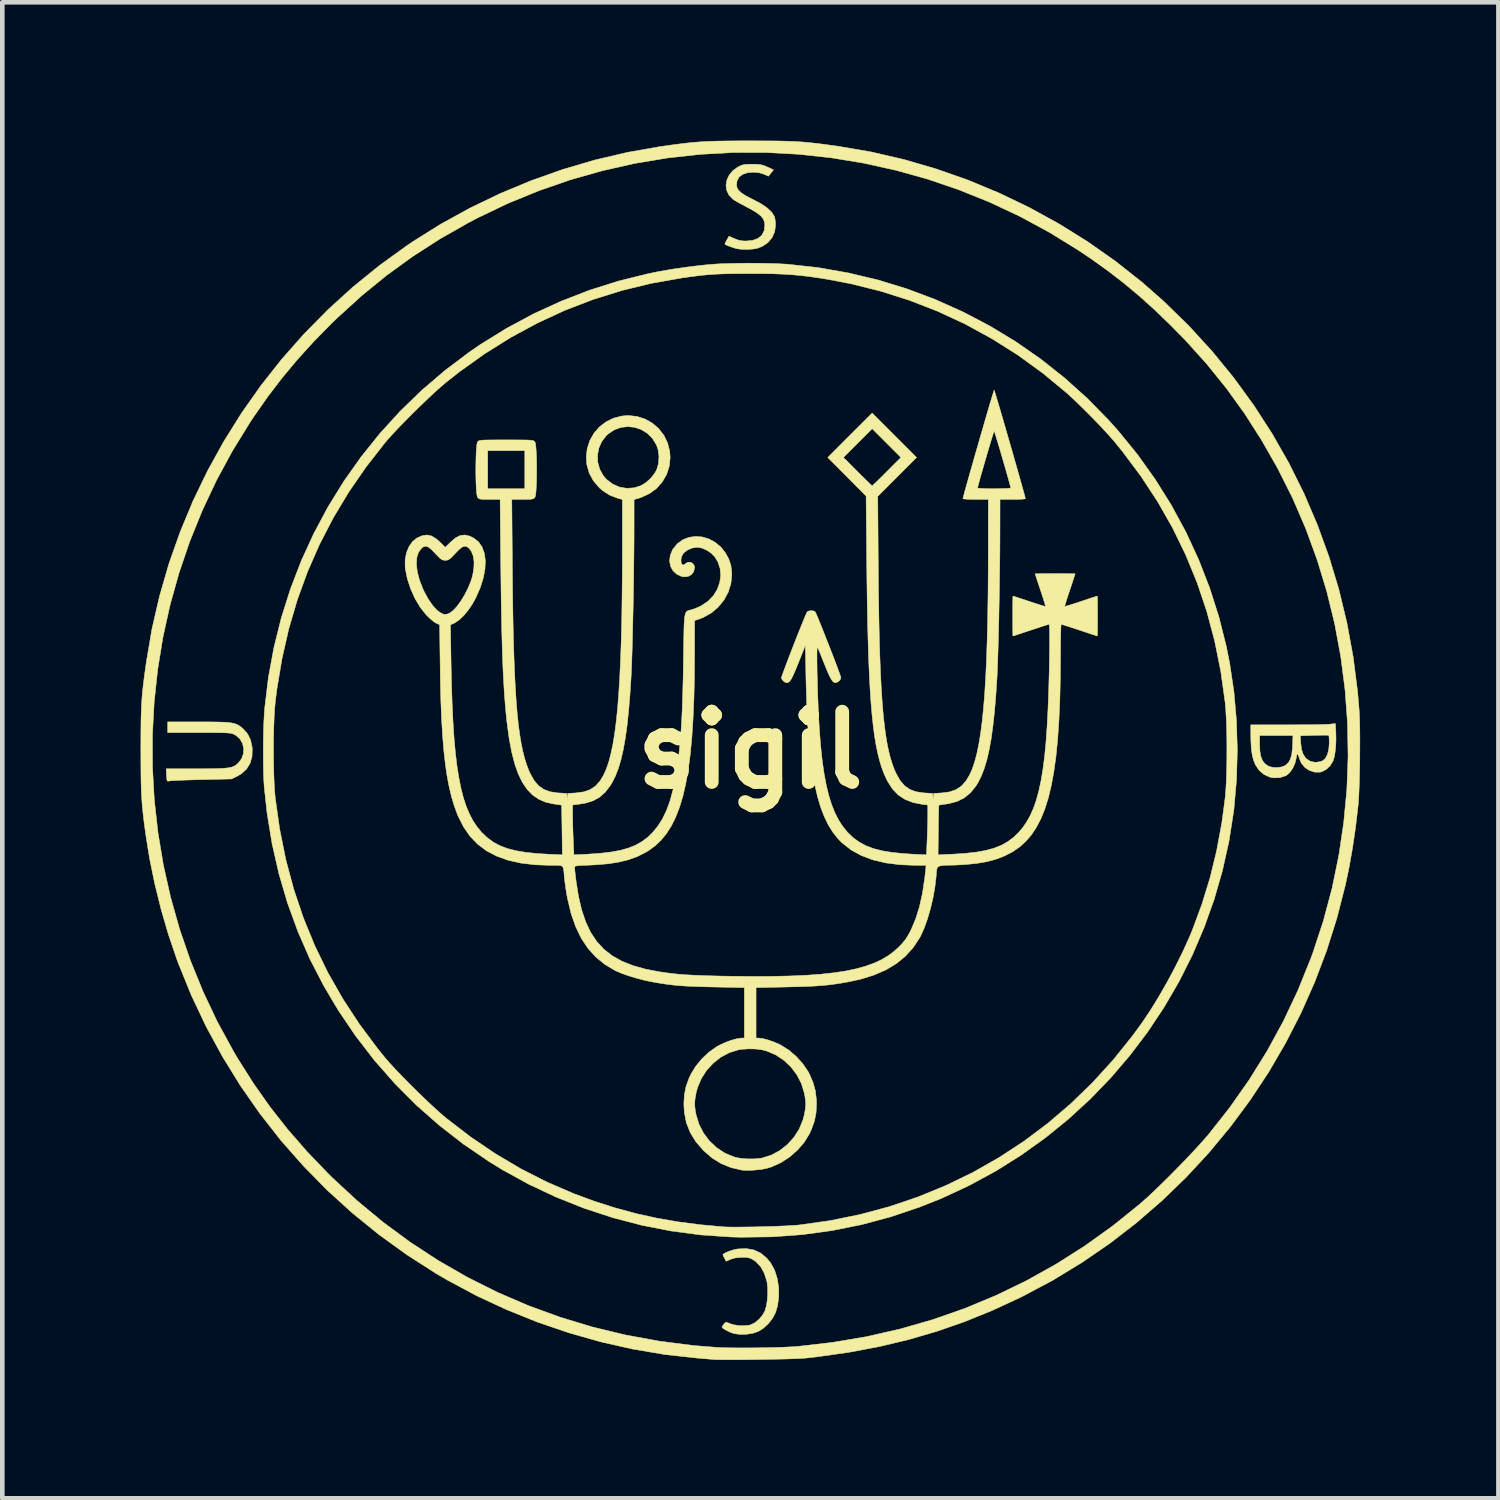
<source format=kicad_pcb>
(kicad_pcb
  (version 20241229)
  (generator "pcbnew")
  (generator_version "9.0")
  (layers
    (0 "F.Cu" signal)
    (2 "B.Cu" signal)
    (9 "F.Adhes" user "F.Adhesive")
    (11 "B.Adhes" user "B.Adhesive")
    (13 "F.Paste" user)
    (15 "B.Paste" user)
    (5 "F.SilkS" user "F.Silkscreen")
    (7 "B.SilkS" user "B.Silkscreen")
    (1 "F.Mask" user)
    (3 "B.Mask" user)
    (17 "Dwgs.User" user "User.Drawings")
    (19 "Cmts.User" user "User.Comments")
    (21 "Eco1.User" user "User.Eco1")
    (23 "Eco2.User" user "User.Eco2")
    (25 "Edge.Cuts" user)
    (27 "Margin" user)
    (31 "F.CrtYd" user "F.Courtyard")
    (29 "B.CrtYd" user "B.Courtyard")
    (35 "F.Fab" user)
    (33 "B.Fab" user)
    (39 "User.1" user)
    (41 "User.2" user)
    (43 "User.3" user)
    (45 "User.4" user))
  (footprint "sigil"
    (layer "F.Cu")
    (at 13.223 13.223)
    (property "Reference" "sigil" (at 0 0 0) (layer "F.SilkS") (effects (font (size 1.524 1.524) (thickness 0.3))))
    (attr through_hole)
    (fp_poly (pts (xy -11.757 -0.614) (xy -11.589 -0.612) (xy -11.454 -0.609) (xy -11.346 -0.603) (xy -11.261 -0.593) (xy -11.194 -0.58) (xy -11.139 -0.561) (xy -11.093 -0.537) (xy -11.05 -0.507) (xy -11.005 -0.469) (xy -11 -0.465) (xy -10.903 -0.356) (xy -10.839 -0.226) (xy -10.805 -0.071) (xy -10.801 -0.031) (xy -10.806 0.137) (xy -10.848 0.284) (xy -10.925 0.409) (xy -11.038 0.512) (xy -11.129 0.565) (xy -11.25 0.624) (xy -11.896 0.639) (xy -12.059 0.643) (xy -12.212 0.647) (xy -12.346 0.652) (xy -12.458 0.657) (xy -12.541 0.661) (xy -12.59 0.666) (xy -12.598 0.667) (xy -12.628 0.673) (xy -12.645 0.666) (xy -12.654 0.638) (xy -12.659 0.58) (xy -12.661 0.542) (xy -12.668 0.402) (xy -12.009 0.402) (xy -11.806 0.402) (xy -11.64 0.4) (xy -11.507 0.397) (xy -11.402 0.391) (xy -11.32 0.382) (xy -11.256 0.369) (xy -11.206 0.352) (xy -11.165 0.329) (xy -11.129 0.301) (xy -11.105 0.28) (xy -11.033 0.186) (xy -10.994 0.078) (xy -10.987 -0.035) (xy -11.012 -0.144) (xy -11.066 -0.241) (xy -11.15 -0.318) (xy -11.175 -0.332) (xy -11.202 -0.346) (xy -11.228 -0.356) (xy -11.259 -0.365) (xy -11.3 -0.371) (xy -11.355 -0.375) (xy -11.429 -0.378) (xy -11.528 -0.38) (xy -11.657 -0.381) (xy -11.819 -0.381) (xy -11.952 -0.381) (xy -12.636 -0.381) (xy -12.636 -0.614) (xy -11.963 -0.614) (xy -11.757 -0.614)) (stroke (width 0.01) (type solid)) (fill yes) (layer "F.SilkS"))
    (fp_poly (pts (xy 0.079 10.84) (xy 0.226 10.908) (xy 0.356 11.015) (xy 0.448 11.128) (xy 0.531 11.282) (xy 0.587 11.461) (xy 0.618 11.655) (xy 0.62 11.854) (xy 0.594 12.049) (xy 0.55 12.199) (xy 0.487 12.321) (xy 0.394 12.439) (xy 0.284 12.54) (xy 0.18 12.606) (xy 0.065 12.646) (xy -0.072 12.669) (xy -0.213 12.673) (xy -0.34 12.657) (xy -0.361 12.651) (xy -0.427 12.628) (xy -0.496 12.596) (xy -0.558 12.562) (xy -0.6 12.532) (xy -0.613 12.513) (xy -0.6 12.488) (xy -0.571 12.449) (xy -0.57 12.448) (xy -0.541 12.416) (xy -0.516 12.408) (xy -0.478 12.421) (xy -0.449 12.435) (xy -0.361 12.463) (xy -0.25 12.48) (xy -0.134 12.484) (xy -0.03 12.474) (xy -0.003 12.468) (xy 0.096 12.423) (xy 0.191 12.346) (xy 0.272 12.248) (xy 0.318 12.165) (xy 0.348 12.067) (xy 0.369 11.942) (xy 0.379 11.804) (xy 0.378 11.667) (xy 0.366 11.545) (xy 0.36 11.518) (xy 0.306 11.346) (xy 0.227 11.204) (xy 0.125 11.095) (xy 0.064 11.053) (xy 0.004 11.022) (xy -0.054 11.005) (xy -0.127 11) (xy -0.181 11) (xy -0.331 11.014) (xy -0.427 11.044) (xy -0.522 11.086) (xy -0.561 11.014) (xy -0.584 10.967) (xy -0.592 10.938) (xy -0.591 10.935) (xy -0.541 10.904) (xy -0.464 10.871) (xy -0.374 10.841) (xy -0.287 10.821) (xy -0.271 10.819) (xy -0.087 10.81) (xy 0.079 10.84)) (stroke (width 0.01) (type solid)) (fill yes) (layer "F.SilkS"))
    (fp_poly (pts (xy 0.144 -12.709) (xy 0.219 -12.702) (xy 0.281 -12.688) (xy 0.345 -12.663) (xy 0.375 -12.65) (xy 0.506 -12.589) (xy 0.396 -12.451) (xy 0.299 -12.494) (xy 0.187 -12.527) (xy 0.061 -12.538) (xy -0.061 -12.526) (xy -0.16 -12.493) (xy -0.24 -12.434) (xy -0.285 -12.354) (xy -0.296 -12.267) (xy -0.287 -12.205) (xy -0.255 -12.148) (xy -0.196 -12.092) (xy -0.107 -12.033) (xy 0.017 -11.967) (xy 0.055 -11.949) (xy 0.229 -11.857) (xy 0.366 -11.764) (xy 0.464 -11.673) (xy 0.521 -11.585) (xy 0.522 -11.584) (xy 0.538 -11.524) (xy 0.548 -11.444) (xy 0.55 -11.393) (xy 0.531 -11.247) (xy 0.474 -11.118) (xy 0.384 -11.011) (xy 0.263 -10.929) (xy 0.162 -10.89) (xy 0.062 -10.871) (xy -0.059 -10.862) (xy -0.182 -10.864) (xy -0.287 -10.878) (xy -0.292 -10.879) (xy -0.356 -10.897) (xy -0.425 -10.921) (xy -0.489 -10.945) (xy -0.534 -10.966) (xy -0.55 -10.979) (xy -0.541 -11.003) (xy -0.517 -11.049) (xy -0.505 -11.07) (xy -0.461 -11.15) (xy -0.346 -11.098) (xy -0.252 -11.063) (xy -0.154 -11.047) (xy -0.087 -11.045) (xy 0.057 -11.06) (xy 0.17 -11.102) (xy 0.252 -11.171) (xy 0.302 -11.266) (xy 0.317 -11.382) (xy 0.31 -11.457) (xy 0.284 -11.523) (xy 0.235 -11.585) (xy 0.159 -11.647) (xy 0.052 -11.714) (xy -0.068 -11.778) (xy -0.166 -11.83) (xy -0.257 -11.88) (xy -0.331 -11.923) (xy -0.376 -11.952) (xy -0.46 -12.039) (xy -0.509 -12.141) (xy -0.525 -12.252) (xy -0.507 -12.365) (xy -0.457 -12.473) (xy -0.377 -12.571) (xy -0.275 -12.645) (xy -0.216 -12.676) (xy -0.166 -12.695) (xy -0.111 -12.706) (xy -0.038 -12.71) (xy 0.042 -12.711) (xy 0.144 -12.709)) (stroke (width 0.01) (type solid)) (fill yes) (layer "F.SilkS"))
    (fp_poly (pts (xy 12.704 -0.389) (xy 12.707 -0.236) (xy 12.701 -0.085) (xy 12.686 0.053) (xy 12.664 0.169) (xy 12.64 0.24) (xy 12.581 0.336) (xy 12.499 0.414) (xy 12.407 0.464) (xy 12.365 0.476) (xy 12.245 0.476) (xy 12.13 0.439) (xy 12.03 0.372) (xy 11.954 0.278) (xy 11.916 0.19) (xy 11.892 0.116) (xy 11.874 0.084) (xy 11.86 0.092) (xy 11.849 0.142) (xy 11.844 0.176) (xy 11.817 0.285) (xy 11.769 0.391) (xy 11.706 0.482) (xy 11.635 0.545) (xy 11.62 0.553) (xy 11.49 0.596) (xy 11.352 0.6) (xy 11.276 0.585) (xy 11.145 0.527) (xy 11.038 0.435) (xy 10.957 0.313) (xy 10.918 0.216) (xy 10.889 0.103) (xy 10.87 -0.034) (xy 10.861 -0.201) (xy 10.859 -0.318) (xy 11.049 -0.318) (xy 11.05 -0.143) (xy 11.056 0.012) (xy 11.075 0.131) (xy 11.11 0.222) (xy 11.163 0.291) (xy 11.236 0.343) (xy 11.241 0.345) (xy 11.324 0.371) (xy 11.423 0.377) (xy 11.522 0.364) (xy 11.603 0.334) (xy 11.615 0.325) (xy 11.676 0.267) (xy 11.719 0.191) (xy 11.747 0.089) (xy 11.762 -0.044) (xy 11.765 -0.101) (xy 11.773 -0.313) (xy 11.932 -0.313) (xy 11.943 -0.149) (xy 11.961 -0.015) (xy 11.994 0.087) (xy 12.046 0.167) (xy 12.07 0.19) (xy 12.156 0.244) (xy 12.259 0.263) (xy 12.367 0.249) (xy 12.419 0.228) (xy 12.477 0.178) (xy 12.521 0.094) (xy 12.55 -0.016) (xy 12.56 -0.145) (xy 12.56 -0.153) (xy 12.559 -0.232) (xy 12.556 -0.291) (xy 12.551 -0.322) (xy 12.55 -0.323) (xy 12.527 -0.325) (xy 12.469 -0.326) (xy 12.385 -0.325) (xy 12.281 -0.323) (xy 12.237 -0.322) (xy 11.932 -0.313) (xy 11.773 -0.313) (xy 11.773 -0.318) (xy 11.049 -0.318) (xy 10.859 -0.318) (xy 10.859 -0.323) (xy 10.858 -0.55) (xy 11.649 -0.55) (xy 11.834 -0.551) (xy 12.01 -0.552) (xy 12.173 -0.553) (xy 12.315 -0.555) (xy 12.433 -0.558) (xy 12.519 -0.561) (xy 12.567 -0.564) (xy 12.694 -0.577) (xy 12.704 -0.389)) (stroke (width 0.01) (type solid)) (fill yes) (layer "F.SilkS"))
    (fp_poly (pts (xy 0.189 -10.563) (xy 0.404 -10.559) (xy 0.601 -10.553) (xy 0.769 -10.544) (xy 0.815 -10.541) (xy 1.477 -10.468) (xy 2.131 -10.353) (xy 2.773 -10.2) (xy 3.402 -10.007) (xy 4.017 -9.776) (xy 4.615 -9.508) (xy 5.196 -9.203) (xy 5.757 -8.864) (xy 6.296 -8.489) (xy 6.812 -8.081) (xy 7.304 -7.64) (xy 7.768 -7.167) (xy 7.979 -6.932) (xy 8.399 -6.417) (xy 8.784 -5.878) (xy 9.135 -5.316) (xy 9.45 -4.734) (xy 9.728 -4.133) (xy 9.968 -3.516) (xy 10.169 -2.885) (xy 10.33 -2.242) (xy 10.401 -1.884) (xy 10.493 -1.267) (xy 10.548 -0.636) (xy 10.567 0.002) (xy 10.549 0.639) (xy 10.494 1.268) (xy 10.487 1.323) (xy 10.386 1.974) (xy 10.244 2.612) (xy 10.064 3.237) (xy 9.846 3.847) (xy 9.593 4.44) (xy 9.304 5.015) (xy 8.981 5.571) (xy 8.626 6.105) (xy 8.239 6.617) (xy 7.822 7.105) (xy 7.376 7.567) (xy 6.902 8.002) (xy 6.401 8.409) (xy 5.874 8.786) (xy 5.324 9.131) (xy 4.75 9.442) (xy 4.154 9.72) (xy 3.671 9.912) (xy 3.048 10.122) (xy 2.419 10.291) (xy 1.782 10.419) (xy 1.135 10.508) (xy 0.476 10.556) (xy -0.196 10.565) (xy -0.423 10.559) (xy -1.069 10.515) (xy -1.712 10.43) (xy -2.351 10.305) (xy -2.982 10.14) (xy -3.603 9.936) (xy -4.211 9.694) (xy -4.802 9.416) (xy -5.375 9.101) (xy -5.66 8.926) (xy -6.217 8.547) (xy -6.745 8.137) (xy -7.244 7.697) (xy -7.713 7.226) (xy -8.152 6.726) (xy -8.56 6.197) (xy -8.937 5.639) (xy -9.249 5.114) (xy -9.55 4.532) (xy -9.812 3.931) (xy -10.037 3.313) (xy -10.224 2.677) (xy -10.372 2.025) (xy -10.481 1.358) (xy -10.541 0.804) (xy -10.551 0.654) (xy -10.558 0.47) (xy -10.561 0.263) (xy -10.563 0.042) (xy -10.562 -0.028) (xy -10.341 -0.028) (xy -10.339 0.212) (xy -10.335 0.445) (xy -10.328 0.662) (xy -10.318 0.855) (xy -10.304 1.016) (xy -10.302 1.037) (xy -10.206 1.715) (xy -10.073 2.374) (xy -9.902 3.013) (xy -9.693 3.634) (xy -9.446 4.238) (xy -9.161 4.824) (xy -8.836 5.394) (xy -8.473 5.948) (xy -8.07 6.487) (xy -7.915 6.678) (xy -7.82 6.787) (xy -7.7 6.918) (xy -7.56 7.064) (xy -7.407 7.22) (xy -7.247 7.379) (xy -7.086 7.536) (xy -6.93 7.683) (xy -6.786 7.816) (xy -6.66 7.927) (xy -6.593 7.983) (xy -6.066 8.388) (xy -5.529 8.752) (xy -4.978 9.078) (xy -4.412 9.366) (xy -3.829 9.618) (xy -3.374 9.786) (xy -2.925 9.929) (xy -2.479 10.05) (xy -2.027 10.15) (xy -1.561 10.231) (xy -1.071 10.294) (xy -0.603 10.337) (xy -0.517 10.342) (xy -0.396 10.344) (xy -0.247 10.344) (xy -0.078 10.342) (xy 0.104 10.34) (xy 0.29 10.335) (xy 0.475 10.33) (xy 0.651 10.323) (xy 0.809 10.316) (xy 0.943 10.308) (xy 1.046 10.3) (xy 1.058 10.299) (xy 1.727 10.205) (xy 2.381 10.072) (xy 3.02 9.9) (xy 3.641 9.69) (xy 4.245 9.442) (xy 4.83 9.158) (xy 5.395 8.837) (xy 5.938 8.482) (xy 6.459 8.091) (xy 6.956 7.666) (xy 7.428 7.208) (xy 7.875 6.717) (xy 8.294 6.194) (xy 8.506 5.904) (xy 8.686 5.634) (xy 8.87 5.334) (xy 9.052 5.016) (xy 9.226 4.689) (xy 9.386 4.366) (xy 9.526 4.057) (xy 9.585 3.916) (xy 9.798 3.341) (xy 9.975 2.765) (xy 10.118 2.179) (xy 10.23 1.577) (xy 10.302 1.037) (xy 10.316 0.878) (xy 10.327 0.685) (xy 10.334 0.467) (xy 10.339 0.232) (xy 10.34 -0.011) (xy 10.339 -0.253) (xy 10.334 -0.487) (xy 10.326 -0.703) (xy 10.315 -0.893) (xy 10.302 -1.037) (xy 10.207 -1.714) (xy 10.074 -2.372) (xy 9.904 -3.01) (xy 9.695 -3.631) (xy 9.448 -4.234) (xy 9.163 -4.82) (xy 8.839 -5.389) (xy 8.475 -5.944) (xy 8.072 -6.483) (xy 7.887 -6.71) (xy 7.795 -6.815) (xy 7.68 -6.941) (xy 7.547 -7.082) (xy 7.404 -7.229) (xy 7.257 -7.377) (xy 7.115 -7.516) (xy 6.984 -7.642) (xy 6.871 -7.745) (xy 6.858 -7.756) (xy 6.341 -8.183) (xy 5.803 -8.573) (xy 5.245 -8.925) (xy 4.668 -9.241) (xy 4.073 -9.518) (xy 3.461 -9.756) (xy 2.832 -9.956) (xy 2.187 -10.117) (xy 1.703 -10.21) (xy 1.481 -10.246) (xy 1.28 -10.275) (xy 1.089 -10.297) (xy 0.901 -10.314) (xy 0.707 -10.326) (xy 0.497 -10.334) (xy 0.262 -10.338) (xy 0 -10.339) (xy -0.231 -10.338) (xy -0.428 -10.336) (xy -0.6 -10.332) (xy -0.755 -10.325) (xy -0.901 -10.315) (xy -1.049 -10.301) (xy -1.204 -10.282) (xy -1.377 -10.259) (xy -1.49 -10.243) (xy -2.143 -10.127) (xy -2.782 -9.972) (xy -3.407 -9.777) (xy -4.018 -9.542) (xy -4.613 -9.267) (xy -5.193 -8.954) (xy -5.757 -8.601) (xy -6.305 -8.21) (xy -6.593 -7.983) (xy -6.706 -7.887) (xy -6.84 -7.767) (xy -6.989 -7.628) (xy -7.147 -7.477) (xy -7.308 -7.319) (xy -7.465 -7.161) (xy -7.613 -7.009) (xy -7.746 -6.869) (xy -7.857 -6.746) (xy -7.915 -6.678) (xy -8.331 -6.146) (xy -8.707 -5.601) (xy -9.043 -5.041) (xy -9.341 -4.466) (xy -9.601 -3.874) (xy -9.823 -3.264) (xy -10.008 -2.635) (xy -10.156 -1.986) (xy -10.268 -1.316) (xy -10.302 -1.048) (xy -10.315 -0.895) (xy -10.326 -0.709) (xy -10.334 -0.497) (xy -10.339 -0.267) (xy -10.341 -0.028) (xy -10.562 -0.028) (xy -10.561 -0.184) (xy -10.557 -0.405) (xy -10.55 -0.612) (xy -10.54 -0.796) (xy -10.531 -0.914) (xy -10.451 -1.578) (xy -10.331 -2.231) (xy -10.171 -2.872) (xy -9.973 -3.498) (xy -9.738 -4.108) (xy -9.466 -4.701) (xy -9.159 -5.276) (xy -8.817 -5.83) (xy -8.441 -6.362) (xy -8.033 -6.87) (xy -7.593 -7.353) (xy -7.121 -7.81) (xy -6.62 -8.238) (xy -6.09 -8.637) (xy -5.853 -8.8) (xy -5.289 -9.149) (xy -4.705 -9.463) (xy -4.103 -9.739) (xy -3.486 -9.978) (xy -2.857 -10.177) (xy -2.218 -10.335) (xy -2 -10.38) (xy -1.691 -10.434) (xy -1.365 -10.481) (xy -1.042 -10.52) (xy -0.815 -10.541) (xy -0.658 -10.551) (xy -0.469 -10.557) (xy -0.258 -10.562) (xy -0.036 -10.564) (xy 0.189 -10.563)) (stroke (width 0.01) (type solid)) (fill yes) (layer "F.SilkS"))
    (fp_poly (pts (xy 0.253 -13.217) (xy 0.471 -13.216) (xy 0.66 -13.214) (xy 0.827 -13.209) (xy 0.978 -13.203) (xy 1.121 -13.194) (xy 1.262 -13.182) (xy 1.408 -13.166) (xy 1.565 -13.147) (xy 1.741 -13.123) (xy 1.905 -13.101) (xy 2.622 -12.978) (xy 3.332 -12.814) (xy 4.032 -12.61) (xy 4.722 -12.368) (xy 5.398 -12.087) (xy 6.058 -11.77) (xy 6.7 -11.417) (xy 7.321 -11.03) (xy 7.921 -10.608) (xy 8.495 -10.155) (xy 8.975 -9.733) (xy 9.514 -9.206) (xy 10.018 -8.655) (xy 10.489 -8.079) (xy 10.924 -7.481) (xy 11.324 -6.862) (xy 11.688 -6.223) (xy 12.015 -5.564) (xy 12.304 -4.888) (xy 12.556 -4.194) (xy 12.77 -3.485) (xy 12.944 -2.762) (xy 13.079 -2.025) (xy 13.175 -1.276) (xy 13.21 -0.859) (xy 13.216 -0.733) (xy 13.221 -0.575) (xy 13.224 -0.391) (xy 13.225 -0.189) (xy 13.224 0.024) (xy 13.223 0.241) (xy 13.219 0.454) (xy 13.214 0.658) (xy 13.208 0.844) (xy 13.201 1.006) (xy 13.193 1.136) (xy 13.188 1.185) (xy 13.133 1.663) (xy 13.067 2.112) (xy 12.991 2.543) (xy 12.91 2.926) (xy 12.726 3.644) (xy 12.504 4.347) (xy 12.244 5.033) (xy 11.947 5.702) (xy 11.614 6.352) (xy 11.247 6.982) (xy 10.846 7.589) (xy 10.413 8.173) (xy 9.949 8.733) (xy 9.455 9.266) (xy 8.932 9.772) (xy 8.381 10.249) (xy 7.803 10.696) (xy 7.199 11.111) (xy 6.571 11.494) (xy 5.919 11.841) (xy 5.853 11.874) (xy 5.253 12.152) (xy 4.652 12.396) (xy 4.046 12.607) (xy 3.429 12.787) (xy 2.795 12.938) (xy 2.14 13.061) (xy 1.457 13.158) (xy 1.185 13.188) (xy 1.121 13.193) (xy 1.021 13.198) (xy 0.891 13.202) (xy 0.738 13.207) (xy 0.568 13.21) (xy 0.385 13.214) (xy 0.197 13.217) (xy 0.009 13.219) (xy -0.173 13.221) (xy -0.343 13.222) (xy -0.496 13.222) (xy -0.624 13.221) (xy -0.724 13.22) (xy -0.787 13.217) (xy -0.794 13.216) (xy -0.847 13.212) (xy -0.932 13.204) (xy -1.036 13.196) (xy -1.148 13.186) (xy -1.154 13.186) (xy -1.849 13.109) (xy -2.547 12.991) (xy -3.243 12.834) (xy -3.933 12.638) (xy -4.614 12.406) (xy -5.282 12.137) (xy -5.932 11.835) (xy -6.562 11.498) (xy -6.816 11.35) (xy -7.447 10.945) (xy -8.052 10.509) (xy -8.628 10.041) (xy -9.176 9.544) (xy -9.693 9.017) (xy -10.181 8.463) (xy -10.636 7.882) (xy -11.059 7.276) (xy -11.448 6.645) (xy -11.803 5.992) (xy -12.123 5.316) (xy -12.406 4.619) (xy -12.448 4.504) (xy -12.623 3.988) (xy -12.78 3.448) (xy -12.916 2.898) (xy -13.028 2.351) (xy -13.1 1.905) (xy -13.128 1.709) (xy -13.151 1.537) (xy -13.169 1.382) (xy -13.184 1.238) (xy -13.195 1.097) (xy -13.204 0.953) (xy -13.21 0.799) (xy -13.214 0.629) (xy -13.216 0.435) (xy -13.217 0.211) (xy -13.218 0) (xy -13.217 -0.254) (xy -13.217 -0.339) (xy -12.966 -0.339) (xy -12.965 0.372) (xy -12.925 1.082) (xy -12.846 1.789) (xy -12.729 2.493) (xy -12.572 3.191) (xy -12.377 3.882) (xy -12.142 4.563) (xy -11.869 5.234) (xy -11.557 5.893) (xy -11.205 6.538) (xy -11.116 6.689) (xy -10.776 7.226) (xy -10.416 7.737) (xy -10.031 8.227) (xy -9.615 8.705) (xy -9.163 9.176) (xy -9.078 9.261) (xy -8.533 9.766) (xy -7.965 10.237) (xy -7.375 10.672) (xy -6.764 11.071) (xy -6.132 11.434) (xy -5.481 11.76) (xy -4.812 12.048) (xy -4.126 12.298) (xy -3.424 12.511) (xy -2.707 12.684) (xy -1.976 12.818) (xy -1.233 12.913) (xy -0.72 12.954) (xy -0.595 12.96) (xy -0.437 12.963) (xy -0.253 12.965) (xy -0.053 12.965) (xy 0.156 12.963) (xy 0.365 12.96) (xy 0.564 12.955) (xy 0.747 12.949) (xy 0.905 12.941) (xy 1.027 12.933) (xy 1.783 12.846) (xy 2.524 12.721) (xy 3.251 12.555) (xy 3.962 12.351) (xy 4.656 12.108) (xy 5.334 11.826) (xy 5.994 11.506) (xy 6.636 11.148) (xy 7.259 10.752) (xy 7.863 10.319) (xy 8.448 9.848) (xy 8.456 9.841) (xy 8.584 9.728) (xy 8.734 9.589) (xy 8.899 9.43) (xy 9.074 9.258) (xy 9.251 9.079) (xy 9.426 8.9) (xy 9.592 8.725) (xy 9.742 8.562) (xy 9.871 8.417) (xy 9.937 8.341) (xy 10.402 7.751) (xy 10.828 7.144) (xy 11.216 6.519) (xy 11.567 5.875) (xy 11.88 5.211) (xy 12.157 4.526) (xy 12.204 4.399) (xy 12.432 3.705) (xy 12.62 3.001) (xy 12.767 2.29) (xy 12.874 1.573) (xy 12.942 0.853) (xy 12.969 0.132) (xy 12.956 -0.59) (xy 12.903 -1.309) (xy 12.811 -2.024) (xy 12.68 -2.734) (xy 12.509 -3.435) (xy 12.299 -4.127) (xy 12.051 -4.806) (xy 11.763 -5.473) (xy 11.437 -6.123) (xy 11.435 -6.126) (xy 11.089 -6.732) (xy 10.722 -7.306) (xy 10.328 -7.852) (xy 9.904 -8.377) (xy 9.446 -8.886) (xy 9.098 -9.24) (xy 8.758 -9.566) (xy 8.429 -9.862) (xy 8.1 -10.136) (xy 7.763 -10.396) (xy 7.407 -10.651) (xy 7.113 -10.849) (xy 6.489 -11.233) (xy 5.848 -11.58) (xy 5.192 -11.888) (xy 4.523 -12.157) (xy 3.843 -12.389) (xy 3.153 -12.581) (xy 2.456 -12.735) (xy 1.751 -12.851) (xy 1.043 -12.927) (xy 0.331 -12.965) (xy -0.381 -12.964) (xy -1.093 -12.924) (xy -1.803 -12.845) (xy -2.508 -12.727) (xy -3.208 -12.569) (xy -3.9 -12.373) (xy -4.584 -12.136) (xy -5.256 -11.861) (xy -5.915 -11.546) (xy -6.107 -11.445) (xy -6.728 -11.092) (xy -7.32 -10.711) (xy -7.886 -10.301) (xy -8.431 -9.856) (xy -8.959 -9.376) (xy -9.078 -9.261) (xy -9.465 -8.867) (xy -9.819 -8.477) (xy -10.149 -8.082) (xy -10.462 -7.673) (xy -10.764 -7.24) (xy -10.849 -7.113) (xy -11.234 -6.487) (xy -11.581 -5.846) (xy -11.889 -5.19) (xy -12.159 -4.522) (xy -12.39 -3.843) (xy -12.583 -3.154) (xy -12.737 -2.458) (xy -12.852 -1.755) (xy -12.928 -1.048) (xy -12.966 -0.339) (xy -13.217 -0.339) (xy -13.216 -0.472) (xy -13.214 -0.661) (xy -13.209 -0.828) (xy -13.203 -0.979) (xy -13.194 -1.122) (xy -13.182 -1.263) (xy -13.166 -1.409) (xy -13.147 -1.566) (xy -13.123 -1.742) (xy -13.1 -1.905) (xy -12.977 -2.63) (xy -12.812 -3.344) (xy -12.609 -4.045) (xy -12.366 -4.733) (xy -12.087 -5.405) (xy -11.771 -6.06) (xy -11.419 -6.697) (xy -11.033 -7.314) (xy -10.613 -7.91) (xy -10.161 -8.483) (xy -9.676 -9.031) (xy -9.161 -9.554) (xy -8.616 -10.049) (xy -8.042 -10.515) (xy -7.44 -10.95) (xy -7.325 -11.028) (xy -6.715 -11.41) (xy -6.081 -11.759) (xy -5.427 -12.074) (xy -4.754 -12.354) (xy -4.068 -12.597) (xy -3.372 -12.802) (xy -2.669 -12.967) (xy -1.964 -13.092) (xy -1.905 -13.1) (xy -1.709 -13.128) (xy -1.538 -13.15) (xy -1.383 -13.169) (xy -1.238 -13.184) (xy -1.097 -13.195) (xy -0.953 -13.204) (xy -0.799 -13.21) (xy -0.628 -13.214) (xy -0.434 -13.216) (xy -0.21 -13.218) (xy 0 -13.218) (xy 0.253 -13.217)) (stroke (width 0.01) (type solid)) (fill yes) (layer "F.SilkS"))
    (fp_poly (pts (xy 5.299 -7.791) (xy 5.317 -7.735) (xy 5.343 -7.647) (xy 5.378 -7.531) (xy 5.419 -7.392) (xy 5.465 -7.235) (xy 5.515 -7.063) (xy 5.568 -6.88) (xy 5.622 -6.692) (xy 5.677 -6.503) (xy 5.73 -6.316) (xy 5.781 -6.137) (xy 5.829 -5.97) (xy 5.871 -5.819) (xy 5.908 -5.688) (xy 5.937 -5.583) (xy 5.958 -5.506) (xy 5.968 -5.463) (xy 5.97 -5.456) (xy 5.95 -5.45) (xy 5.895 -5.445) (xy 5.814 -5.441) (xy 5.714 -5.44) (xy 5.694 -5.44) (xy 5.419 -5.44) (xy 5.418 -4.757) (xy 5.417 -4.537) (xy 5.416 -4.293) (xy 5.413 -4.033) (xy 5.409 -3.76) (xy 5.405 -3.481) (xy 5.4 -3.2) (xy 5.395 -2.923) (xy 5.389 -2.654) (xy 5.383 -2.4) (xy 5.376 -2.166) (xy 5.37 -1.957) (xy 5.363 -1.778) (xy 5.357 -1.634) (xy 5.355 -1.598) (xy 5.33 -1.206) (xy 5.301 -0.854) (xy 5.267 -0.54) (xy 5.229 -0.26) (xy 5.185 -0.013) (xy 5.135 0.204) (xy 5.078 0.394) (xy 5.015 0.558) (xy 4.944 0.699) (xy 4.899 0.773) (xy 4.781 0.921) (xy 4.647 1.032) (xy 4.491 1.11) (xy 4.309 1.159) (xy 4.264 1.166) (xy 4.185 1.177) (xy 4.125 1.186) (xy 4.094 1.192) (xy 4.092 1.193) (xy 4.091 1.214) (xy 4.089 1.272) (xy 4.087 1.36) (xy 4.085 1.475) (xy 4.083 1.608) (xy 4.082 1.733) (xy 4.075 2.27) (xy 4.381 2.256) (xy 4.66 2.238) (xy 4.901 2.212) (xy 5.109 2.174) (xy 5.29 2.125) (xy 5.448 2.062) (xy 5.587 1.984) (xy 5.713 1.89) (xy 5.815 1.792) (xy 5.91 1.682) (xy 5.995 1.558) (xy 6.073 1.42) (xy 6.143 1.263) (xy 6.205 1.087) (xy 6.259 0.89) (xy 6.307 0.668) (xy 6.349 0.42) (xy 6.385 0.143) (xy 6.415 -0.163) (xy 6.439 -0.503) (xy 6.459 -0.878) (xy 6.475 -1.289) (xy 6.487 -1.74) (xy 6.49 -1.91) (xy 6.493 -2.12) (xy 6.495 -2.303) (xy 6.495 -2.458) (xy 6.494 -2.58) (xy 6.492 -2.668) (xy 6.488 -2.719) (xy 6.485 -2.731) (xy 6.459 -2.724) (xy 6.4 -2.706) (xy 6.315 -2.679) (xy 6.209 -2.644) (xy 6.089 -2.605) (xy 6.085 -2.603) (xy 5.966 -2.564) (xy 5.862 -2.529) (xy 5.779 -2.502) (xy 5.723 -2.483) (xy 5.7 -2.477) (xy 5.7 -2.477) (xy 5.698 -2.497) (xy 5.696 -2.553) (xy 5.695 -2.639) (xy 5.694 -2.748) (xy 5.694 -2.875) (xy 5.694 -2.91) (xy 5.694 -3.041) (xy 5.695 -3.155) (xy 5.696 -3.248) (xy 5.698 -3.313) (xy 5.699 -3.343) (xy 5.7 -3.344) (xy 5.721 -3.338) (xy 5.775 -3.32) (xy 5.857 -3.293) (xy 5.959 -3.26) (xy 6.053 -3.228) (xy 6.166 -3.191) (xy 6.265 -3.159) (xy 6.342 -3.135) (xy 6.392 -3.121) (xy 6.406 -3.119) (xy 6.402 -3.14) (xy 6.386 -3.194) (xy 6.361 -3.276) (xy 6.328 -3.378) (xy 6.297 -3.472) (xy 6.259 -3.586) (xy 6.226 -3.684) (xy 6.201 -3.761) (xy 6.185 -3.81) (xy 6.181 -3.825) (xy 6.201 -3.827) (xy 6.257 -3.829) (xy 6.343 -3.83) (xy 6.453 -3.831) (xy 6.579 -3.831) (xy 6.615 -3.831) (xy 6.745 -3.831) (xy 6.86 -3.83) (xy 6.952 -3.829) (xy 7.017 -3.827) (xy 7.047 -3.826) (xy 7.048 -3.825) (xy 7.042 -3.804) (xy 7.024 -3.75) (xy 6.998 -3.668) (xy 6.964 -3.566) (xy 6.932 -3.472) (xy 6.895 -3.359) (xy 6.863 -3.26) (xy 6.839 -3.183) (xy 6.825 -3.133) (xy 6.823 -3.119) (xy 6.844 -3.123) (xy 6.899 -3.139) (xy 6.98 -3.164) (xy 7.082 -3.197) (xy 7.176 -3.228) (xy 7.29 -3.266) (xy 7.388 -3.299) (xy 7.466 -3.324) (xy 7.515 -3.34) (xy 7.529 -3.344) (xy 7.531 -3.324) (xy 7.533 -3.268) (xy 7.534 -3.182) (xy 7.535 -3.072) (xy 7.535 -2.946) (xy 7.535 -2.91) (xy 7.535 -2.78) (xy 7.534 -2.665) (xy 7.533 -2.573) (xy 7.532 -2.508) (xy 7.53 -2.478) (xy 7.529 -2.477) (xy 7.508 -2.483) (xy 7.454 -2.501) (xy 7.371 -2.528) (xy 7.268 -2.562) (xy 7.149 -2.602) (xy 7.144 -2.603) (xy 7.024 -2.643) (xy 6.918 -2.678) (xy 6.832 -2.705) (xy 6.773 -2.724) (xy 6.748 -2.73) (xy 6.748 -2.731) (xy 6.743 -2.71) (xy 6.74 -2.653) (xy 6.737 -2.563) (xy 6.734 -2.445) (xy 6.732 -2.306) (xy 6.731 -2.15) (xy 6.731 -2.058) (xy 6.727 -1.543) (xy 6.716 -1.068) (xy 6.696 -0.631) (xy 6.669 -0.232) (xy 6.633 0.133) (xy 6.587 0.464) (xy 6.532 0.763) (xy 6.468 1.031) (xy 6.393 1.271) (xy 6.307 1.484) (xy 6.21 1.671) (xy 6.102 1.834) (xy 5.981 1.975) (xy 5.849 2.095) (xy 5.703 2.197) (xy 5.666 2.218) (xy 5.499 2.302) (xy 5.321 2.369) (xy 5.125 2.42) (xy 4.906 2.457) (xy 4.657 2.481) (xy 4.439 2.492) (xy 4.303 2.495) (xy 4.202 2.499) (xy 4.132 2.506) (xy 4.087 2.521) (xy 4.06 2.547) (xy 4.046 2.587) (xy 4.04 2.647) (xy 4.034 2.728) (xy 4.032 2.752) (xy 4.006 2.974) (xy 3.965 3.204) (xy 3.911 3.434) (xy 3.848 3.652) (xy 3.778 3.85) (xy 3.703 4.019) (xy 3.677 4.067) (xy 3.536 4.281) (xy 3.369 4.467) (xy 3.172 4.628) (xy 2.946 4.765) (xy 2.687 4.877) (xy 2.395 4.968) (xy 2.12 5.027) (xy 1.971 5.053) (xy 1.834 5.074) (xy 1.701 5.091) (xy 1.565 5.104) (xy 1.418 5.115) (xy 1.253 5.123) (xy 1.062 5.13) (xy 0.839 5.135) (xy 0.767 5.137) (xy 0.127 5.15) (xy 0.127 6.244) (xy 0.182 6.244) (xy 0.272 6.255) (xy 0.385 6.284) (xy 0.511 6.328) (xy 0.638 6.383) (xy 0.667 6.398) (xy 0.834 6.503) (xy 0.995 6.64) (xy 1.138 6.798) (xy 1.253 6.966) (xy 1.286 7.027) (xy 1.365 7.213) (xy 1.414 7.392) (xy 1.436 7.579) (xy 1.439 7.673) (xy 1.428 7.87) (xy 1.392 8.05) (xy 1.327 8.23) (xy 1.286 8.319) (xy 1.174 8.503) (xy 1.027 8.673) (xy 0.855 8.824) (xy 0.664 8.948) (xy 0.462 9.039) (xy 0.363 9.069) (xy 0.266 9.089) (xy 0.15 9.103) (xy 0.028 9.113) (xy -0.084 9.115) (xy -0.171 9.11) (xy -0.18 9.109) (xy -0.419 9.053) (xy -0.635 8.965) (xy -0.833 8.841) (xy -1.017 8.68) (xy -1.179 8.492) (xy -1.301 8.294) (xy -1.384 8.082) (xy -1.429 7.854) (xy -1.439 7.673) (xy -1.438 7.653) (xy -1.204 7.653) (xy -1.2 7.747) (xy -1.184 7.855) (xy -1.173 7.91) (xy -1.11 8.116) (xy -1.012 8.306) (xy -0.883 8.477) (xy -0.727 8.623) (xy -0.551 8.739) (xy -0.357 8.82) (xy -0.291 8.838) (xy -0.174 8.857) (xy -0.036 8.866) (xy 0.106 8.864) (xy 0.232 8.85) (xy 0.258 8.846) (xy 0.456 8.784) (xy 0.64 8.685) (xy 0.805 8.555) (xy 0.948 8.398) (xy 1.062 8.219) (xy 1.144 8.022) (xy 1.173 7.91) (xy 1.195 7.79) (xy 1.204 7.693) (xy 1.2 7.599) (xy 1.184 7.49) (xy 1.173 7.435) (xy 1.111 7.231) (xy 1.013 7.042) (xy 0.885 6.872) (xy 0.732 6.727) (xy 0.557 6.611) (xy 0.366 6.529) (xy 0.258 6.5) (xy 0.122 6.482) (xy -0.032 6.478) (xy -0.181 6.488) (xy -0.258 6.5) (xy -0.456 6.562) (xy -0.64 6.661) (xy -0.805 6.791) (xy -0.948 6.948) (xy -1.062 7.127) (xy -1.144 7.324) (xy -1.173 7.435) (xy -1.195 7.555) (xy -1.204 7.653) (xy -1.438 7.653) (xy -1.428 7.476) (xy -1.392 7.296) (xy -1.327 7.115) (xy -1.286 7.027) (xy -1.183 6.858) (xy -1.049 6.695) (xy -0.894 6.55) (xy -0.728 6.432) (xy -0.667 6.398) (xy -0.542 6.341) (xy -0.415 6.293) (xy -0.297 6.26) (xy -0.201 6.245) (xy -0.182 6.244) (xy -0.127 6.244) (xy -0.127 5.15) (xy -0.767 5.137) (xy -1.002 5.132) (xy -1.201 5.125) (xy -1.373 5.118) (xy -1.524 5.108) (xy -1.663 5.095) (xy -1.796 5.079) (xy -1.931 5.059) (xy -2.075 5.035) (xy -2.118 5.027) (xy -2.287 4.992) (xy -2.463 4.947) (xy -2.634 4.895) (xy -2.788 4.841) (xy -2.914 4.787) (xy -2.931 4.779) (xy -3.154 4.646) (xy -3.35 4.486) (xy -3.52 4.297) (xy -3.666 4.077) (xy -3.787 3.826) (xy -3.886 3.541) (xy -3.962 3.222) (xy -3.977 3.143) (xy -3.996 3.028) (xy -4.013 2.908) (xy -4.027 2.801) (xy -4.032 2.752) (xy -4.04 2.646) (xy -4.049 2.575) (xy -4.065 2.531) (xy -4.097 2.507) (xy -4.15 2.498) (xy -4.234 2.497) (xy -4.318 2.498) (xy -4.662 2.486) (xy -4.973 2.449) (xy -5.252 2.387) (xy -5.5 2.298) (xy -5.72 2.183) (xy -5.911 2.039) (xy -6.077 1.867) (xy -6.217 1.665) (xy -6.334 1.434) (xy -6.356 1.381) (xy -6.422 1.2) (xy -6.481 1.002) (xy -6.532 0.786) (xy -6.577 0.548) (xy -6.615 0.285) (xy -6.647 -0.004) (xy -6.673 -0.324) (xy -6.694 -0.675) (xy -6.71 -1.062) (xy -6.721 -1.487) (xy -6.724 -1.736) (xy -6.737 -2.72) (xy -6.818 -2.758) (xy -6.869 -2.791) (xy -6.936 -2.847) (xy -7.007 -2.915) (xy -7.036 -2.945) (xy -7.161 -3.104) (xy -7.273 -3.293) (xy -7.366 -3.501) (xy -7.437 -3.717) (xy -7.48 -3.929) (xy -7.485 -3.979) (xy -7.485 -4.035) (xy -7.24 -4.035) (xy -7.222 -3.874) (xy -7.176 -3.697) (xy -7.103 -3.507) (xy -7.072 -3.44) (xy -6.985 -3.28) (xy -6.892 -3.145) (xy -6.797 -3.04) (xy -6.721 -2.982) (xy -6.649 -2.948) (xy -6.583 -2.948) (xy -6.521 -2.973) (xy -6.443 -3.03) (xy -6.36 -3.12) (xy -6.275 -3.236) (xy -6.194 -3.37) (xy -6.121 -3.514) (xy -6.061 -3.66) (xy -6.023 -3.781) (xy -5.995 -3.94) (xy -5.99 -4.087) (xy -6.01 -4.217) (xy -6.052 -4.321) (xy -6.098 -4.379) (xy -6.147 -4.415) (xy -6.195 -4.425) (xy -6.248 -4.406) (xy -6.312 -4.356) (xy -6.393 -4.274) (xy -6.395 -4.272) (xy -6.461 -4.201) (xy -6.509 -4.156) (xy -6.547 -4.131) (xy -6.582 -4.121) (xy -6.615 -4.119) (xy -6.655 -4.122) (xy -6.69 -4.135) (xy -6.729 -4.163) (xy -6.78 -4.213) (xy -6.835 -4.272) (xy -6.916 -4.355) (xy -6.98 -4.405) (xy -7.033 -4.425) (xy -7.081 -4.415) (xy -7.131 -4.379) (xy -7.132 -4.379) (xy -7.196 -4.291) (xy -7.232 -4.175) (xy -7.24 -4.035) (xy -7.485 -4.035) (xy -7.485 -4.135) (xy -7.456 -4.283) (xy -7.402 -4.415) (xy -7.326 -4.524) (xy -7.231 -4.602) (xy -7.23 -4.602) (xy -7.114 -4.654) (xy -7.01 -4.669) (xy -6.909 -4.646) (xy -6.808 -4.584) (xy -6.733 -4.517) (xy -6.678 -4.463) (xy -6.637 -4.422) (xy -6.616 -4.403) (xy -6.615 -4.403) (xy -6.599 -4.416) (xy -6.561 -4.453) (xy -6.508 -4.505) (xy -6.496 -4.517) (xy -6.39 -4.607) (xy -6.29 -4.657) (xy -6.189 -4.669) (xy -6.082 -4.643) (xy -5.999 -4.602) (xy -5.893 -4.519) (xy -5.815 -4.406) (xy -5.766 -4.269) (xy -5.745 -4.109) (xy -5.753 -3.93) (xy -5.789 -3.735) (xy -5.855 -3.527) (xy -5.95 -3.309) (xy -5.95 -3.309) (xy -6.029 -3.167) (xy -6.12 -3.034) (xy -6.217 -2.917) (xy -6.314 -2.825) (xy -6.404 -2.764) (xy -6.416 -2.758) (xy -6.502 -2.72) (xy -6.489 -1.905) (xy -6.479 -1.438) (xy -6.465 -1.012) (xy -6.447 -0.623) (xy -6.424 -0.27) (xy -6.395 0.05) (xy -6.361 0.338) (xy -6.32 0.597) (xy -6.273 0.829) (xy -6.22 1.036) (xy -6.159 1.22) (xy -6.09 1.383) (xy -6.014 1.528) (xy -5.929 1.656) (xy -5.835 1.771) (xy -5.815 1.792) (xy -5.698 1.902) (xy -5.571 1.995) (xy -5.43 2.071) (xy -5.269 2.132) (xy -5.085 2.179) (xy -4.873 2.215) (xy -4.627 2.241) (xy -4.381 2.256) (xy -4.075 2.27) (xy -4.082 1.733) (xy -4.084 1.587) (xy -4.086 1.456) (xy -4.088 1.345) (xy -4.09 1.261) (xy -4.091 1.208) (xy -4.092 1.193) (xy -4.113 1.188) (xy -4.166 1.18) (xy -4.241 1.169) (xy -4.265 1.166) (xy -4.433 1.129) (xy -4.583 1.065) (xy -4.718 0.974) (xy -4.836 0.853) (xy -4.94 0.701) (xy -5.031 0.515) (xy -5.108 0.296) (xy -5.174 0.039) (xy -5.229 -0.254) (xy -5.274 -0.588) (xy -5.28 -0.635) (xy -5.299 -0.822) (xy -5.316 -1.016) (xy -5.332 -1.22) (xy -5.345 -1.439) (xy -5.358 -1.673) (xy -5.369 -1.928) (xy -5.378 -2.207) (xy -5.387 -2.511) (xy -5.394 -2.846) (xy -5.401 -3.213) (xy -5.406 -3.616) (xy -5.411 -4.027) (xy -5.425 -5.44) (xy -5.654 -5.44) (xy -5.755 -5.44) (xy -5.823 -5.443) (xy -5.866 -5.45) (xy -5.893 -5.462) (xy -5.911 -5.481) (xy -5.915 -5.487) (xy -5.926 -5.525) (xy -5.936 -5.597) (xy -5.943 -5.698) (xy -5.948 -5.82) (xy -5.951 -5.955) (xy -5.952 -6.097) (xy -5.95 -6.239) (xy -5.947 -6.372) (xy -5.942 -6.491) (xy -5.941 -6.498) (xy -5.694 -6.498) (xy -5.694 -5.673) (xy -4.889 -5.673) (xy -4.889 -6.498) (xy -5.694 -6.498) (xy -5.941 -6.498) (xy -5.934 -6.588) (xy -5.925 -6.655) (xy -5.915 -6.684) (xy -5.904 -6.698) (xy -5.891 -6.709) (xy -5.87 -6.717) (xy -5.836 -6.723) (xy -5.785 -6.727) (xy -5.711 -6.729) (xy -5.61 -6.73) (xy -5.477 -6.731) (xy -5.307 -6.731) (xy -5.292 -6.731) (xy -5.118 -6.731) (xy -4.983 -6.73) (xy -4.879 -6.729) (xy -4.804 -6.727) (xy -4.751 -6.723) (xy -4.716 -6.717) (xy -4.694 -6.709) (xy -4.68 -6.699) (xy -4.669 -6.685) (xy -4.668 -6.684) (xy -4.657 -6.646) (xy -4.648 -6.573) (xy -4.641 -6.473) (xy -4.635 -6.351) (xy -4.633 -6.215) (xy -4.632 -6.074) (xy -4.633 -5.932) (xy -4.636 -5.799) (xy -4.642 -5.68) (xy -4.649 -5.583) (xy -4.659 -5.516) (xy -4.668 -5.487) (xy -4.686 -5.466) (xy -4.709 -5.453) (xy -4.747 -5.445) (xy -4.807 -5.441) (xy -4.898 -5.44) (xy -4.936 -5.44) (xy -5.171 -5.44) (xy -5.158 -3.847) (xy -5.153 -3.339) (xy -5.146 -2.871) (xy -5.137 -2.442) (xy -5.125 -2.049) (xy -5.111 -1.69) (xy -5.095 -1.364) (xy -5.076 -1.068) (xy -5.054 -0.8) (xy -5.029 -0.56) (xy -5 -0.343) (xy -4.968 -0.149) (xy -4.932 0.024) (xy -4.893 0.178) (xy -4.849 0.316) (xy -4.802 0.44) (xy -4.775 0.5) (xy -4.689 0.654) (xy -4.592 0.769) (xy -4.478 0.85) (xy -4.341 0.901) (xy -4.175 0.926) (xy -4.155 0.927) (xy -3.982 0.937) (xy -3.973 1.003) (xy -3.965 1.069) (xy -3.962 1.003) (xy -3.958 0.937) (xy -3.784 0.927) (xy -3.612 0.904) (xy -3.471 0.855) (xy -3.353 0.776) (xy -3.253 0.662) (xy -3.176 0.531) (xy -3.12 0.404) (xy -3.068 0.253) (xy -3.022 0.077) (xy -2.979 -0.125) (xy -2.941 -0.354) (xy -2.907 -0.613) (xy -2.877 -0.902) (xy -2.852 -1.223) (xy -2.83 -1.577) (xy -2.812 -1.966) (xy -2.797 -2.39) (xy -2.786 -2.851) (xy -2.779 -3.351) (xy -2.774 -3.891) (xy -2.773 -4.332) (xy -2.773 -5.437) (xy -2.884 -5.469) (xy -3.056 -5.537) (xy -3.204 -5.633) (xy -3.273 -5.694) (xy -3.403 -5.846) (xy -3.493 -6.014) (xy -3.544 -6.196) (xy -3.556 -6.35) (xy -3.551 -6.401) (xy -3.312 -6.401) (xy -3.306 -6.246) (xy -3.265 -6.096) (xy -3.189 -5.958) (xy -3.12 -5.877) (xy -2.988 -5.775) (xy -2.84 -5.709) (xy -2.682 -5.681) (xy -2.521 -5.691) (xy -2.374 -5.737) (xy -2.267 -5.801) (xy -2.163 -5.893) (xy -2.077 -5.999) (xy -2.029 -6.083) (xy -1.989 -6.221) (xy -1.979 -6.373) (xy -1.999 -6.522) (xy -2.035 -6.625) (xy -2.122 -6.765) (xy -2.233 -6.875) (xy -2.363 -6.955) (xy -2.506 -7.003) (xy -2.656 -7.019) (xy -2.806 -7.001) (xy -2.95 -6.948) (xy -3.082 -6.859) (xy -3.12 -6.824) (xy -3.219 -6.697) (xy -3.283 -6.553) (xy -3.312 -6.401) (xy -3.551 -6.401) (xy -3.536 -6.54) (xy -3.479 -6.717) (xy -3.389 -6.876) (xy -3.27 -7.013) (xy -3.126 -7.123) (xy -2.962 -7.204) (xy -2.78 -7.25) (xy -2.646 -7.26) (xy -2.455 -7.24) (xy -2.279 -7.183) (xy -2.12 -7.093) (xy -1.983 -6.974) (xy -1.872 -6.83) (xy -1.792 -6.666) (xy -1.746 -6.485) (xy -1.736 -6.35) (xy -1.756 -6.158) (xy -1.814 -5.98) (xy -1.907 -5.819) (xy -2.031 -5.679) (xy -2.184 -5.567) (xy -2.361 -5.484) (xy -2.408 -5.469) (xy -2.519 -5.437) (xy -2.519 -4.756) (xy -2.52 -4.535) (xy -2.522 -4.293) (xy -2.525 -4.032) (xy -2.528 -3.76) (xy -2.532 -3.48) (xy -2.537 -3.2) (xy -2.543 -2.923) (xy -2.549 -2.654) (xy -2.555 -2.401) (xy -2.561 -2.166) (xy -2.568 -1.957) (xy -2.574 -1.778) (xy -2.581 -1.634) (xy -2.583 -1.598) (xy -2.608 -1.206) (xy -2.637 -0.854) (xy -2.67 -0.54) (xy -2.709 -0.26) (xy -2.753 -0.013) (xy -2.803 0.204) (xy -2.859 0.394) (xy -2.923 0.558) (xy -2.993 0.699) (xy -3.039 0.773) (xy -3.147 0.913) (xy -3.268 1.02) (xy -3.407 1.097) (xy -3.572 1.148) (xy -3.731 1.174) (xy -3.852 1.188) (xy -3.852 1.393) (xy -3.851 1.491) (xy -3.849 1.616) (xy -3.845 1.755) (xy -3.84 1.894) (xy -3.838 1.934) (xy -3.824 2.27) (xy -3.537 2.256) (xy -3.26 2.237) (xy -3.02 2.209) (xy -2.813 2.171) (xy -2.633 2.12) (xy -2.476 2.055) (xy -2.337 1.975) (xy -2.212 1.879) (xy -2.123 1.792) (xy -2.006 1.651) (xy -1.903 1.489) (xy -1.814 1.303) (xy -1.736 1.089) (xy -1.67 0.843) (xy -1.613 0.564) (xy -1.566 0.248) (xy -1.546 0.085) (xy -1.528 -0.089) (xy -1.512 -0.266) (xy -1.498 -0.449) (xy -1.486 -0.645) (xy -1.476 -0.858) (xy -1.468 -1.093) (xy -1.46 -1.354) (xy -1.453 -1.648) (xy -1.448 -1.979) (xy -1.447 -2.016) (xy -1.444 -2.246) (xy -1.441 -2.438) (xy -1.438 -2.595) (xy -1.434 -2.72) (xy -1.428 -2.818) (xy -1.421 -2.892) (xy -1.41 -2.946) (xy -1.397 -2.983) (xy -1.379 -3.008) (xy -1.357 -3.023) (xy -1.33 -3.033) (xy -1.296 -3.041) (xy -1.27 -3.048) (xy -1.198 -3.072) (xy -1.112 -3.109) (xy -1.053 -3.138) (xy -0.912 -3.233) (xy -0.799 -3.351) (xy -0.715 -3.487) (xy -0.662 -3.635) (xy -0.64 -3.787) (xy -0.653 -3.94) (xy -0.701 -4.085) (xy -0.768 -4.194) (xy -0.848 -4.275) (xy -0.948 -4.342) (xy -1.055 -4.387) (xy -1.151 -4.402) (xy -1.256 -4.386) (xy -1.356 -4.345) (xy -1.436 -4.284) (xy -1.457 -4.259) (xy -1.488 -4.2) (xy -1.501 -4.138) (xy -1.5 -4.082) (xy -1.486 -4.039) (xy -1.461 -4.017) (xy -1.427 -4.025) (xy -1.408 -4.043) (xy -1.353 -4.078) (xy -1.294 -4.078) (xy -1.243 -4.049) (xy -1.211 -3.996) (xy -1.206 -3.961) (xy -1.225 -3.874) (xy -1.275 -3.808) (xy -1.349 -3.768) (xy -1.44 -3.76) (xy -1.484 -3.768) (xy -1.593 -3.817) (xy -1.675 -3.893) (xy -1.728 -3.99) (xy -1.748 -4.102) (xy -1.736 -4.221) (xy -1.687 -4.342) (xy -1.672 -4.367) (xy -1.576 -4.483) (xy -1.459 -4.567) (xy -1.326 -4.618) (xy -1.184 -4.638) (xy -1.039 -4.626) (xy -0.895 -4.583) (xy -0.759 -4.509) (xy -0.636 -4.406) (xy -0.544 -4.291) (xy -0.465 -4.149) (xy -0.418 -4.006) (xy -0.4 -3.847) (xy -0.399 -3.799) (xy -0.42 -3.607) (xy -0.479 -3.423) (xy -0.572 -3.253) (xy -0.696 -3.102) (xy -0.846 -2.975) (xy -1.019 -2.879) (xy -1.104 -2.846) (xy -1.206 -2.812) (xy -1.207 -2.099) (xy -1.21 -1.583) (xy -1.221 -1.107) (xy -1.24 -0.67) (xy -1.266 -0.269) (xy -1.301 0.096) (xy -1.345 0.428) (xy -1.398 0.728) (xy -1.46 0.997) (xy -1.533 1.238) (xy -1.616 1.452) (xy -1.709 1.641) (xy -1.814 1.806) (xy -1.931 1.949) (xy -2.06 2.072) (xy -2.201 2.176) (xy -2.271 2.218) (xy -2.447 2.306) (xy -2.636 2.375) (xy -2.846 2.427) (xy -3.081 2.464) (xy -3.348 2.486) (xy -3.466 2.492) (xy -3.594 2.497) (xy -3.686 2.501) (xy -3.748 2.507) (xy -3.785 2.514) (xy -3.804 2.524) (xy -3.81 2.537) (xy -3.81 2.542) (xy -3.807 2.577) (xy -3.8 2.645) (xy -3.79 2.734) (xy -3.778 2.83) (xy -3.726 3.164) (xy -3.657 3.461) (xy -3.569 3.722) (xy -3.462 3.95) (xy -3.331 4.147) (xy -3.176 4.316) (xy -2.995 4.458) (xy -2.785 4.576) (xy -2.544 4.672) (xy -2.27 4.749) (xy -1.979 4.805) (xy -1.845 4.825) (xy -1.713 4.842) (xy -1.578 4.857) (xy -1.434 4.869) (xy -1.275 4.878) (xy -1.096 4.886) (xy -0.891 4.893) (xy -0.654 4.899) (xy -0.402 4.903) (xy 0.059 4.908) (xy 0.481 4.906) (xy 0.866 4.897) (xy 1.215 4.882) (xy 1.531 4.859) (xy 1.816 4.828) (xy 2.072 4.789) (xy 2.301 4.741) (xy 2.506 4.684) (xy 2.689 4.618) (xy 2.851 4.542) (xy 2.996 4.456) (xy 3.125 4.359) (xy 3.22 4.272) (xy 3.304 4.185) (xy 3.367 4.107) (xy 3.422 4.022) (xy 3.479 3.915) (xy 3.491 3.891) (xy 3.589 3.66) (xy 3.67 3.401) (xy 3.735 3.112) (xy 3.784 2.788) (xy 3.801 2.641) (xy 3.815 2.498) (xy 3.591 2.498) (xy 3.247 2.484) (xy 2.934 2.444) (xy 2.654 2.377) (xy 2.404 2.282) (xy 2.184 2.16) (xy 1.994 2.011) (xy 1.901 1.916) (xy 1.792 1.778) (xy 1.694 1.62) (xy 1.607 1.44) (xy 1.528 1.236) (xy 1.46 1.005) (xy 1.4 0.747) (xy 1.349 0.458) (xy 1.307 0.138) (xy 1.272 -0.217) (xy 1.245 -0.607) (xy 1.225 -1.035) (xy 1.211 -1.503) (xy 1.21 -1.544) (xy 1.196 -2.273) (xy 1.045 -1.893) (xy 0.984 -1.743) (xy 0.934 -1.629) (xy 0.893 -1.547) (xy 0.857 -1.495) (xy 0.823 -1.468) (xy 0.79 -1.463) (xy 0.753 -1.476) (xy 0.733 -1.489) (xy 0.691 -1.532) (xy 0.677 -1.572) (xy 0.685 -1.6) (xy 0.706 -1.661) (xy 0.739 -1.75) (xy 0.781 -1.862) (xy 0.83 -1.991) (xy 0.884 -2.132) (xy 0.941 -2.278) (xy 0.998 -2.425) (xy 1.054 -2.566) (xy 1.107 -2.697) (xy 1.153 -2.811) (xy 1.191 -2.904) (xy 1.22 -2.969) (xy 1.235 -3) (xy 1.266 -3.018) (xy 1.318 -3.027) (xy 1.323 -3.027) (xy 1.376 -3.02) (xy 1.41 -3.002) (xy 1.411 -3) (xy 1.427 -2.967) (xy 1.456 -2.901) (xy 1.494 -2.808) (xy 1.541 -2.693) (xy 1.593 -2.562) (xy 1.649 -2.42) (xy 1.707 -2.273) (xy 1.764 -2.127) (xy 1.818 -1.987) (xy 1.867 -1.858) (xy 1.908 -1.747) (xy 1.941 -1.658) (xy 1.961 -1.598) (xy 1.968 -1.572) (xy 1.95 -1.524) (xy 1.913 -1.489) (xy 1.872 -1.468) (xy 1.836 -1.464) (xy 1.801 -1.483) (xy 1.765 -1.527) (xy 1.725 -1.599) (xy 1.677 -1.705) (xy 1.619 -1.847) (xy 1.617 -1.852) (xy 1.571 -1.966) (xy 1.53 -2.069) (xy 1.495 -2.154) (xy 1.471 -2.211) (xy 1.461 -2.233) (xy 1.455 -2.228) (xy 1.45 -2.182) (xy 1.448 -2.093) (xy 1.448 -1.963) (xy 1.45 -1.792) (xy 1.451 -1.704) (xy 1.463 -1.244) (xy 1.479 -0.824) (xy 1.501 -0.443) (xy 1.528 -0.096) (xy 1.561 0.216) (xy 1.601 0.497) (xy 1.648 0.749) (xy 1.702 0.974) (xy 1.764 1.173) (xy 1.834 1.35) (xy 1.913 1.506) (xy 2 1.643) (xy 2.097 1.764) (xy 2.123 1.792) (xy 2.24 1.903) (xy 2.368 1.995) (xy 2.511 2.072) (xy 2.672 2.133) (xy 2.858 2.181) (xy 3.073 2.217) (xy 3.321 2.242) (xy 3.537 2.256) (xy 3.824 2.27) (xy 3.838 1.934) (xy 3.843 1.798) (xy 3.848 1.658) (xy 3.851 1.527) (xy 3.852 1.42) (xy 3.852 1.394) (xy 3.852 1.189) (xy 3.741 1.176) (xy 3.536 1.136) (xy 3.361 1.069) (xy 3.212 0.972) (xy 3.087 0.841) (xy 2.98 0.675) (xy 2.946 0.607) (xy 2.894 0.489) (xy 2.847 0.36) (xy 2.804 0.217) (xy 2.765 0.06) (xy 2.729 -0.115) (xy 2.697 -0.309) (xy 2.669 -0.524) (xy 2.643 -0.762) (xy 2.621 -1.025) (xy 2.601 -1.315) (xy 2.584 -1.634) (xy 2.569 -1.985) (xy 2.557 -2.369) (xy 2.546 -2.787) (xy 2.538 -3.243) (xy 2.531 -3.738) (xy 2.528 -4.064) (xy 2.514 -5.514) (xy 1.683 -6.35) (xy 1.683 -6.35) (xy 2.022 -6.35) (xy 2.328 -6.043) (xy 2.421 -5.951) (xy 2.504 -5.869) (xy 2.571 -5.804) (xy 2.62 -5.758) (xy 2.644 -5.737) (xy 2.646 -5.736) (xy 2.663 -5.75) (xy 2.706 -5.79) (xy 2.77 -5.851) (xy 2.849 -5.929) (xy 2.94 -6.019) (xy 2.963 -6.043) (xy 3.27 -6.35) (xy 2.646 -6.974) (xy 2.334 -6.662) (xy 2.022 -6.35) (xy 1.683 -6.35) (xy 2.164 -6.832) (xy 2.646 -7.313) (xy 3.127 -6.832) (xy 3.609 -6.35) (xy 3.188 -5.929) (xy 2.767 -5.507) (xy 2.779 -3.881) (xy 2.784 -3.372) (xy 2.791 -2.903) (xy 2.8 -2.472) (xy 2.811 -2.078) (xy 2.825 -1.718) (xy 2.841 -1.391) (xy 2.86 -1.094) (xy 2.881 -0.826) (xy 2.906 -0.584) (xy 2.934 -0.366) (xy 2.965 -0.172) (xy 3 0.003) (xy 3.039 0.159) (xy 3.082 0.298) (xy 3.128 0.422) (xy 3.163 0.5) (xy 3.249 0.654) (xy 3.346 0.769) (xy 3.46 0.85) (xy 3.597 0.901) (xy 3.762 0.926) (xy 3.782 0.927) (xy 3.956 0.937) (xy 3.964 1.003) (xy 3.973 1.069) (xy 3.976 1.003) (xy 3.979 0.937) (xy 4.154 0.927) (xy 4.325 0.904) (xy 4.467 0.855) (xy 4.585 0.776) (xy 4.684 0.662) (xy 4.762 0.531) (xy 4.818 0.404) (xy 4.869 0.253) (xy 4.916 0.078) (xy 4.958 -0.124) (xy 4.996 -0.354) (xy 5.03 -0.612) (xy 5.06 -0.901) (xy 5.086 -1.222) (xy 5.108 -1.576) (xy 5.126 -1.964) (xy 5.14 -2.388) (xy 5.151 -2.849) (xy 5.159 -3.348) (xy 5.163 -3.888) (xy 5.164 -4.334) (xy 5.165 -5.44) (xy 4.889 -5.44) (xy 4.787 -5.441) (xy 4.702 -5.444) (xy 4.642 -5.449) (xy 4.614 -5.455) (xy 4.614 -5.456) (xy 4.619 -5.481) (xy 4.635 -5.541) (xy 4.66 -5.634) (xy 4.675 -5.688) (xy 4.932 -5.688) (xy 4.952 -5.683) (xy 5.007 -5.679) (xy 5.091 -5.675) (xy 5.197 -5.673) (xy 5.292 -5.673) (xy 5.41 -5.674) (xy 5.512 -5.676) (xy 5.59 -5.679) (xy 5.639 -5.684) (xy 5.652 -5.688) (xy 5.646 -5.715) (xy 5.63 -5.776) (xy 5.606 -5.864) (xy 5.575 -5.974) (xy 5.54 -6.098) (xy 5.501 -6.232) (xy 5.461 -6.369) (xy 5.422 -6.504) (xy 5.384 -6.629) (xy 5.351 -6.739) (xy 5.324 -6.829) (xy 5.304 -6.891) (xy 5.293 -6.92) (xy 5.292 -6.921) (xy 5.284 -6.902) (xy 5.266 -6.848) (xy 5.24 -6.765) (xy 5.208 -6.66) (xy 5.172 -6.538) (xy 5.133 -6.406) (xy 5.093 -6.269) (xy 5.054 -6.133) (xy 5.017 -6.006) (xy 4.985 -5.892) (xy 4.959 -5.797) (xy 4.941 -5.728) (xy 4.932 -5.691) (xy 4.932 -5.688) (xy 4.675 -5.688) (xy 4.693 -5.753) (xy 4.733 -5.894) (xy 4.778 -6.054) (xy 4.828 -6.228) (xy 4.88 -6.412) (xy 4.935 -6.6) (xy 4.989 -6.789) (xy 5.043 -6.975) (xy 5.094 -7.153) (xy 5.143 -7.318) (xy 5.186 -7.467) (xy 5.224 -7.594) (xy 5.255 -7.696) (xy 5.277 -7.768) (xy 5.289 -7.806) (xy 5.292 -7.811) (xy 5.299 -7.791)) (stroke (width 0.01) (type solid)) (fill yes) (layer "F.SilkS")))
  (gr_rect
    (start -3 -3)
    (end 29.453 29.45)
    (stroke (width 0.1) (type default))
    (fill no)
    (layer "Edge.Cuts")))
</source>
